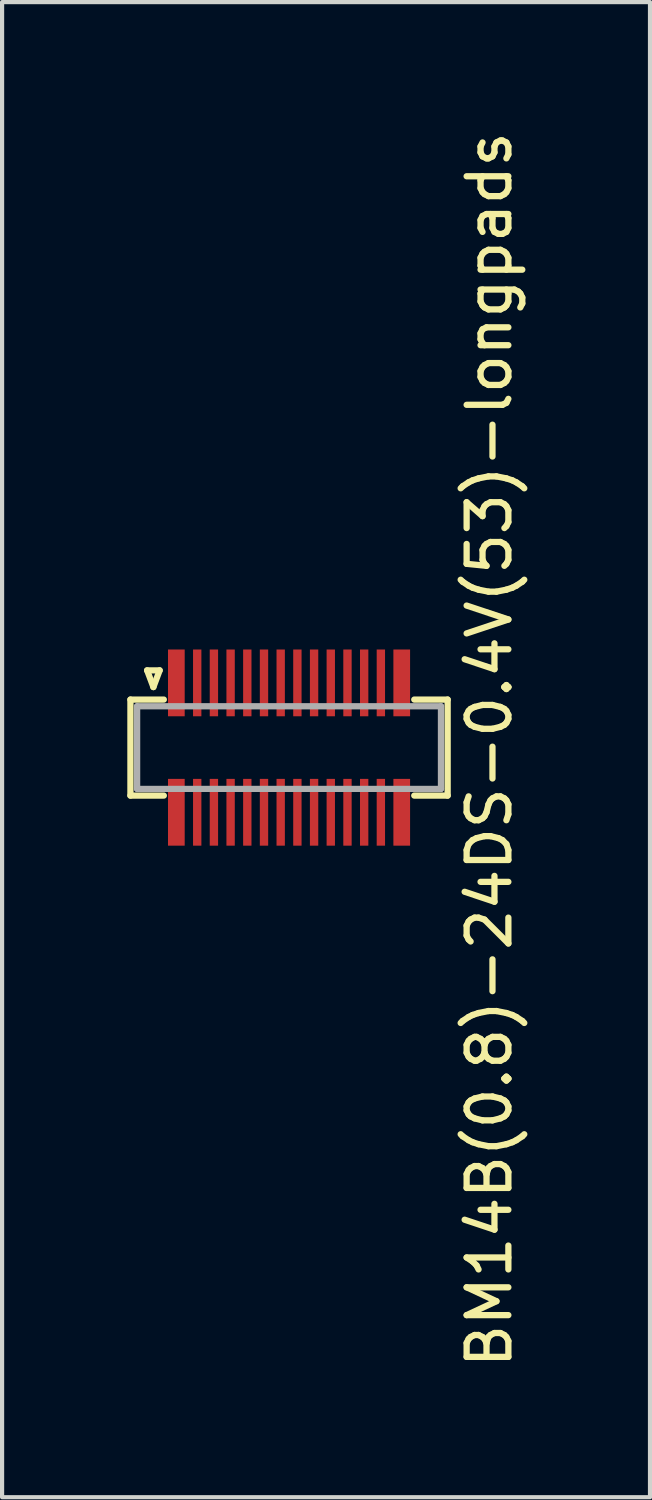
<source format=kicad_pcb>
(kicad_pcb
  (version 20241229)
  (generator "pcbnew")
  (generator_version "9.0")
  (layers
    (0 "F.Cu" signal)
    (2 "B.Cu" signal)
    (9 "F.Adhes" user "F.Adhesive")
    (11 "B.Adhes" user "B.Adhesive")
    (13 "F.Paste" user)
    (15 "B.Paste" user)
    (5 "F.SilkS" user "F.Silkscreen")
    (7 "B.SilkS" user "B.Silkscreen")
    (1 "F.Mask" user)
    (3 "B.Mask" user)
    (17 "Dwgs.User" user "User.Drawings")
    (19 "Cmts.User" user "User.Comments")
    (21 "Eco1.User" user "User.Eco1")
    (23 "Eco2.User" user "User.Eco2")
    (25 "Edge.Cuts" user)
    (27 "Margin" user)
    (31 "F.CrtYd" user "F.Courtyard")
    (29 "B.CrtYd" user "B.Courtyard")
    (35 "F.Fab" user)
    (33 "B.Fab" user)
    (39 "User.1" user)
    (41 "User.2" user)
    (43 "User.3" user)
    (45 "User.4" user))
  (footprint "BM14B(0.8)-24DS-0.4V(53)-longpads"
    (layer "F.Cu")
    (at 3.875 14.861)
    (property "Reference" "BM14B(0.8)-24DS-0.4V(53)-longpads" (at 4.8 0.05 90) (layer "F.SilkS") (effects (font (size 1 1) (thickness 0.15))))
    (attr smd)
    (fp_line (start -3.8 -1.15) (end -3 -1.15) (stroke (width 0.15) (type solid)) (layer "F.SilkS"))
    (fp_line (start -3.8 1.15) (end -3.8 -1.15) (stroke (width 0.15) (type solid)) (layer "F.SilkS"))
    (fp_line (start -3.4 -1.85) (end -3.1 -1.85) (stroke (width 0.15) (type solid)) (layer "F.SilkS"))
    (fp_line (start -3.25 -1.45) (end -3.4 -1.85) (stroke (width 0.15) (type solid)) (layer "F.SilkS"))
    (fp_line (start -3.1 -1.85) (end -3.25 -1.45) (stroke (width 0.15) (type solid)) (layer "F.SilkS"))
    (fp_line (start -3 1.15) (end -3.8 1.15) (stroke (width 0.15) (type solid)) (layer "F.SilkS"))
    (fp_line (start 3 -1.15) (end 3.8 -1.15) (stroke (width 0.15) (type solid)) (layer "F.SilkS"))
    (fp_line (start 3.8 -1.15) (end 3.8 1.15) (stroke (width 0.15) (type solid)) (layer "F.SilkS"))
    (fp_line (start 3.8 1.15) (end 3 1.15) (stroke (width 0.15) (type solid)) (layer "F.SilkS"))
    (fp_line (start -3.64 -0.99) (end 3.64 -0.99) (stroke (width 0.15) (type solid)) (layer "F.Fab"))
    (fp_line (start -3.64 0.99) (end -3.64 -0.99) (stroke (width 0.15) (type solid)) (layer "F.Fab"))
    (fp_line (start 3.64 -0.99) (end 3.64 0.99) (stroke (width 0.15) (type solid)) (layer "F.Fab"))
    (fp_line (start 3.64 0.99) (end -3.64 0.99) (stroke (width 0.15) (type solid)) (layer "F.Fab"))
    (pad "1" smd rect (at -2.7 -1.55) (size 0.4 1.6) (layers "F.Cu" "F.Mask" "F.Paste"))
    (pad "2" smd rect (at -2.2 -1.55) (size 0.2 1.6) (layers "F.Cu" "F.Mask" "F.Paste"))
    (pad "3" smd rect (at -1.8 -1.55) (size 0.2 1.6) (layers "F.Cu" "F.Mask" "F.Paste"))
    (pad "4" smd rect (at -1.4 -1.55) (size 0.2 1.6) (layers "F.Cu" "F.Mask" "F.Paste"))
    (pad "5" smd rect (at -1 -1.55) (size 0.2 1.6) (layers "F.Cu" "F.Mask" "F.Paste"))
    (pad "6" smd rect (at -0.6 -1.55) (size 0.2 1.6) (layers "F.Cu" "F.Mask" "F.Paste"))
    (pad "7" smd rect (at -0.2 -1.55) (size 0.2 1.6) (layers "F.Cu" "F.Mask" "F.Paste"))
    (pad "8" smd rect (at 0.2 -1.55) (size 0.2 1.6) (layers "F.Cu" "F.Mask" "F.Paste"))
    (pad "9" smd rect (at 0.6 -1.55) (size 0.2 1.6) (layers "F.Cu" "F.Mask" "F.Paste"))
    (pad "10" smd rect (at 1 -1.55) (size 0.2 1.6) (layers "F.Cu" "F.Mask" "F.Paste"))
    (pad "11" smd rect (at 1.4 -1.55) (size 0.2 1.6) (layers "F.Cu" "F.Mask" "F.Paste"))
    (pad "12" smd rect (at 1.8 -1.55) (size 0.2 1.6) (layers "F.Cu" "F.Mask" "F.Paste"))
    (pad "13" smd rect (at 2.2 -1.55) (size 0.2 1.6) (layers "F.Cu" "F.Mask" "F.Paste"))
    (pad "14" smd rect (at 2.7 -1.55) (size 0.4 1.6) (layers "F.Cu" "F.Mask" "F.Paste"))
    (pad "15" smd rect (at 2.7 1.55) (size 0.4 1.6) (layers "F.Cu" "F.Mask" "F.Paste"))
    (pad "16" smd rect (at 2.2 1.55) (size 0.2 1.6) (layers "F.Cu" "F.Mask" "F.Paste"))
    (pad "17" smd rect (at 1.8 1.55) (size 0.2 1.6) (layers "F.Cu" "F.Mask" "F.Paste"))
    (pad "18" smd rect (at 1.4 1.55) (size 0.2 1.6) (layers "F.Cu" "F.Mask" "F.Paste"))
    (pad "19" smd rect (at 1 1.55) (size 0.2 1.6) (layers "F.Cu" "F.Mask" "F.Paste"))
    (pad "20" smd rect (at 0.6 1.55) (size 0.2 1.6) (layers "F.Cu" "F.Mask" "F.Paste"))
    (pad "21" smd rect (at 0.2 1.55) (size 0.2 1.6) (layers "F.Cu" "F.Mask" "F.Paste"))
    (pad "22" smd rect (at -0.2 1.55) (size 0.2 1.6) (layers "F.Cu" "F.Mask" "F.Paste"))
    (pad "23" smd rect (at -0.6 1.55) (size 0.2 1.6) (layers "F.Cu" "F.Mask" "F.Paste"))
    (pad "24" smd rect (at -1 1.55) (size 0.2 1.6) (layers "F.Cu" "F.Mask" "F.Paste"))
    (pad "25" smd rect (at -1.4 1.55) (size 0.2 1.6) (layers "F.Cu" "F.Mask" "F.Paste"))
    (pad "26" smd rect (at -1.8 1.55) (size 0.2 1.6) (layers "F.Cu" "F.Mask" "F.Paste"))
    (pad "27" smd rect (at -2.2 1.55) (size 0.2 1.6) (layers "F.Cu" "F.Mask" "F.Paste"))
    (pad "28" smd rect (at -2.7 1.55) (size 0.4 1.6) (layers "F.Cu" "F.Mask" "F.Paste")))
  (gr_rect
    (start -3 -3)
    (end 12.523 32.821)
    (stroke (width 0.1) (type default))
    (fill no)
    (layer "Edge.Cuts")))
</source>
